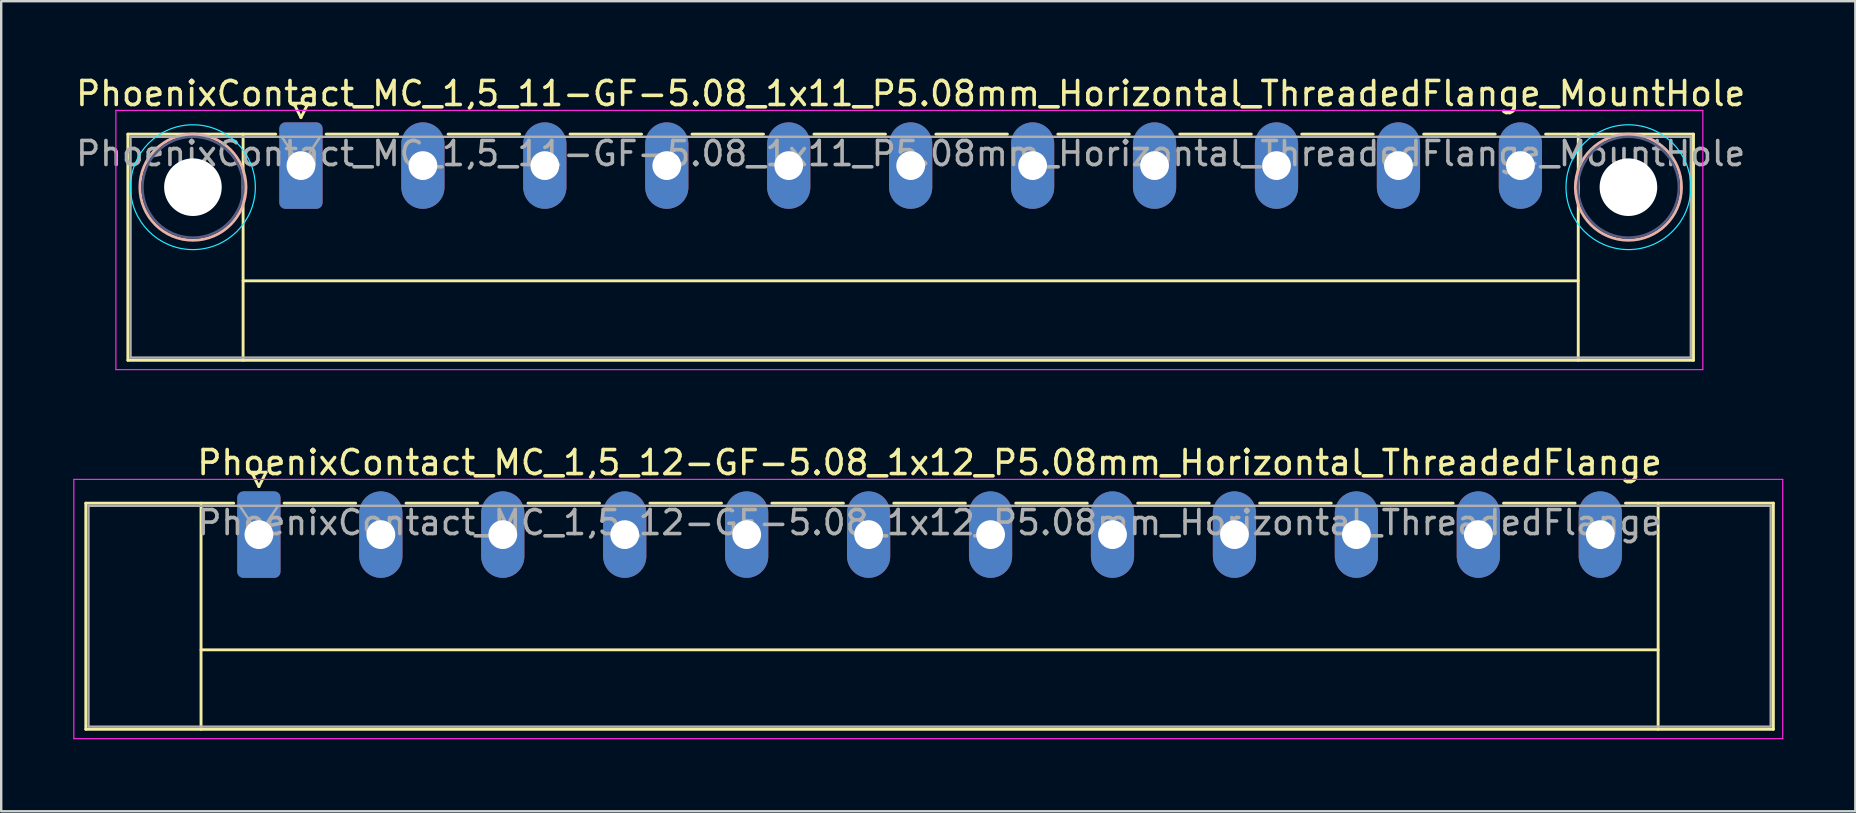
<source format=kicad_pcb>
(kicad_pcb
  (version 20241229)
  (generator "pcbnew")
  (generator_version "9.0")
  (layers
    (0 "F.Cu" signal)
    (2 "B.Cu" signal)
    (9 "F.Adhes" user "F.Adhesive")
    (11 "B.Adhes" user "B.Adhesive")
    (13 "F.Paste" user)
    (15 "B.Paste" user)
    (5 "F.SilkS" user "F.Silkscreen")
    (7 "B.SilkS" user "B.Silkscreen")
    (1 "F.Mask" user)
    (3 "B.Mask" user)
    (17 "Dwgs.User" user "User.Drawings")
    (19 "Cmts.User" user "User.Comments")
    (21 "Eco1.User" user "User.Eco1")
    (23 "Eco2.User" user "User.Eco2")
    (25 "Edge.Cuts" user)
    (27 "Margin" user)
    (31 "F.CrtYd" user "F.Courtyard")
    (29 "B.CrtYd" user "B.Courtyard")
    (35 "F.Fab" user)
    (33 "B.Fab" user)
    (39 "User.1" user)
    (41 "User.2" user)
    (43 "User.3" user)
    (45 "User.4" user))
  (footprint "PhoenixContact_MC_1,5_12-GF-5.08_1x12_P5.08mm_Horizontal_ThreadedFlange"
    (layer "F.Cu")
    (at 7.735 19.221)
    (property "Reference" "PhoenixContact_MC_1,5_12-GF-5.08_1x12_P5.08mm_Horizontal_ThreadedFlange" (at 27.94 -3 0) (layer "F.SilkS") (effects (font (size 1 1) (thickness 0.15))))
    (attr through_hole)
    (fp_line (start -7.21 -1.31) (end -7.21 8.11) (stroke (width 0.12) (type solid)) (layer "F.SilkS"))
    (fp_line (start -7.21 -1.31) (end -1.05 -1.31) (stroke (width 0.12) (type solid)) (layer "F.SilkS"))
    (fp_line (start -7.21 8.11) (end 63.09 8.11) (stroke (width 0.12) (type solid)) (layer "F.SilkS"))
    (fp_line (start -2.41 -1.31) (end -2.41 8.11) (stroke (width 0.12) (type solid)) (layer "F.SilkS"))
    (fp_line (start -2.41 4.8) (end 58.29 4.8) (stroke (width 0.12) (type solid)) (layer "F.SilkS"))
    (fp_line (start -0.3 -2.6) (end 0.3 -2.6) (stroke (width 0.12) (type solid)) (layer "F.SilkS"))
    (fp_line (start 0 -2) (end -0.3 -2.6) (stroke (width 0.12) (type solid)) (layer "F.SilkS"))
    (fp_line (start 0.3 -2.6) (end 0 -2) (stroke (width 0.12) (type solid)) (layer "F.SilkS"))
    (fp_line (start 1.05 -1.31) (end 4.03 -1.31) (stroke (width 0.12) (type solid)) (layer "F.SilkS"))
    (fp_line (start 6.13 -1.31) (end 9.11 -1.31) (stroke (width 0.12) (type solid)) (layer "F.SilkS"))
    (fp_line (start 11.21 -1.31) (end 14.19 -1.31) (stroke (width 0.12) (type solid)) (layer "F.SilkS"))
    (fp_line (start 16.29 -1.31) (end 19.27 -1.31) (stroke (width 0.12) (type solid)) (layer "F.SilkS"))
    (fp_line (start 21.37 -1.31) (end 24.35 -1.31) (stroke (width 0.12) (type solid)) (layer "F.SilkS"))
    (fp_line (start 26.45 -1.31) (end 29.43 -1.31) (stroke (width 0.12) (type solid)) (layer "F.SilkS"))
    (fp_line (start 31.53 -1.31) (end 34.51 -1.31) (stroke (width 0.12) (type solid)) (layer "F.SilkS"))
    (fp_line (start 36.61 -1.31) (end 39.59 -1.31) (stroke (width 0.12) (type solid)) (layer "F.SilkS"))
    (fp_line (start 41.69 -1.31) (end 44.67 -1.31) (stroke (width 0.12) (type solid)) (layer "F.SilkS"))
    (fp_line (start 46.77 -1.31) (end 49.75 -1.31) (stroke (width 0.12) (type solid)) (layer "F.SilkS"))
    (fp_line (start 51.85 -1.31) (end 54.83 -1.31) (stroke (width 0.12) (type solid)) (layer "F.SilkS"))
    (fp_line (start 58.29 -1.31) (end 58.29 8.11) (stroke (width 0.12) (type solid)) (layer "F.SilkS"))
    (fp_line (start 63.09 -1.31) (end 56.93 -1.31) (stroke (width 0.12) (type solid)) (layer "F.SilkS"))
    (fp_line (start 63.09 8.11) (end 63.09 -1.31) (stroke (width 0.12) (type solid)) (layer "F.SilkS"))
    (fp_line (start -7.71 -2.3) (end -7.71 8.5) (stroke (width 0.05) (type solid)) (layer "F.CrtYd"))
    (fp_line (start -7.71 8.5) (end 63.48 8.5) (stroke (width 0.05) (type solid)) (layer "F.CrtYd"))
    (fp_line (start 63.48 -2.3) (end -7.71 -2.3) (stroke (width 0.05) (type solid)) (layer "F.CrtYd"))
    (fp_line (start 63.48 8.5) (end 63.48 -2.3) (stroke (width 0.05) (type solid)) (layer "F.CrtYd"))
    (fp_line (start -7.1 -1.2) (end -7.1 8) (stroke (width 0.1) (type solid)) (layer "F.Fab"))
    (fp_line (start -7.1 8) (end 62.98 8) (stroke (width 0.1) (type solid)) (layer "F.Fab"))
    (fp_line (start 0 0) (end -0.8 -1.2) (stroke (width 0.1) (type solid)) (layer "F.Fab"))
    (fp_line (start 0.8 -1.2) (end 0 0) (stroke (width 0.1) (type solid)) (layer "F.Fab"))
    (fp_line (start 62.98 -1.2) (end -7.1 -1.2) (stroke (width 0.1) (type solid)) (layer "F.Fab"))
    (fp_line (start 62.98 8) (end 62.98 -1.2) (stroke (width 0.1) (type solid)) (layer "F.Fab"))
    (fp_text user "${REFERENCE}" (at 27.94 -0.5 0) (layer "F.Fab") (effects (font (size 1 1) (thickness 0.15))))
    (pad "1" thru_hole roundrect (at 0 0) (size 1.8 3.6) (drill 1.2) (layers "*.Cu" "*.Mask") (roundrect_rratio 0.139))
    (pad "2" thru_hole oval (at 5.08 0) (size 1.8 3.6) (drill 1.2) (layers "*.Cu" "*.Mask"))
    (pad "3" thru_hole oval (at 10.16 0) (size 1.8 3.6) (drill 1.2) (layers "*.Cu" "*.Mask"))
    (pad "4" thru_hole oval (at 15.24 0) (size 1.8 3.6) (drill 1.2) (layers "*.Cu" "*.Mask"))
    (pad "5" thru_hole oval (at 20.32 0) (size 1.8 3.6) (drill 1.2) (layers "*.Cu" "*.Mask"))
    (pad "6" thru_hole oval (at 25.4 0) (size 1.8 3.6) (drill 1.2) (layers "*.Cu" "*.Mask"))
    (pad "7" thru_hole oval (at 30.48 0) (size 1.8 3.6) (drill 1.2) (layers "*.Cu" "*.Mask"))
    (pad "8" thru_hole oval (at 35.56 0) (size 1.8 3.6) (drill 1.2) (layers "*.Cu" "*.Mask"))
    (pad "9" thru_hole oval (at 40.64 0) (size 1.8 3.6) (drill 1.2) (layers "*.Cu" "*.Mask"))
    (pad "10" thru_hole oval (at 45.72 0) (size 1.8 3.6) (drill 1.2) (layers "*.Cu" "*.Mask"))
    (pad "11" thru_hole oval (at 50.8 0) (size 1.8 3.6) (drill 1.2) (layers "*.Cu" "*.Mask"))
    (pad "12" thru_hole oval (at 55.88 0) (size 1.8 3.6) (drill 1.2) (layers "*.Cu" "*.Mask")))
  (footprint "PhoenixContact_MC_1,5_11-GF-5.08_1x11_P5.08mm_Horizontal_ThreadedFlange_MountHole"
    (layer "F.Cu")
    (at 9.487 3.848)
    (property "Reference" "PhoenixContact_MC_1,5_11-GF-5.08_1x11_P5.08mm_Horizontal_ThreadedFlange_MountHole" (at 25.4 -3 0) (layer "F.SilkS") (effects (font (size 1 1) (thickness 0.15))))
    (attr through_hole)
    (fp_line (start -7.21 -1.31) (end -7.21 8.11) (stroke (width 0.12) (type solid)) (layer "F.SilkS"))
    (fp_line (start -7.21 -1.31) (end -1.05 -1.31) (stroke (width 0.12) (type solid)) (layer "F.SilkS"))
    (fp_line (start -7.21 8.11) (end 58.01 8.11) (stroke (width 0.12) (type solid)) (layer "F.SilkS"))
    (fp_line (start -2.41 -1.31) (end -2.41 8.11) (stroke (width 0.12) (type solid)) (layer "F.SilkS"))
    (fp_line (start -2.41 4.8) (end 53.21 4.8) (stroke (width 0.12) (type solid)) (layer "F.SilkS"))
    (fp_line (start -0.3 -2.6) (end 0.3 -2.6) (stroke (width 0.12) (type solid)) (layer "F.SilkS"))
    (fp_line (start 0 -2) (end -0.3 -2.6) (stroke (width 0.12) (type solid)) (layer "F.SilkS"))
    (fp_line (start 0.3 -2.6) (end 0 -2) (stroke (width 0.12) (type solid)) (layer "F.SilkS"))
    (fp_line (start 1.05 -1.31) (end 4.03 -1.31) (stroke (width 0.12) (type solid)) (layer "F.SilkS"))
    (fp_line (start 6.13 -1.31) (end 9.11 -1.31) (stroke (width 0.12) (type solid)) (layer "F.SilkS"))
    (fp_line (start 11.21 -1.31) (end 14.19 -1.31) (stroke (width 0.12) (type solid)) (layer "F.SilkS"))
    (fp_line (start 16.29 -1.31) (end 19.27 -1.31) (stroke (width 0.12) (type solid)) (layer "F.SilkS"))
    (fp_line (start 21.37 -1.31) (end 24.35 -1.31) (stroke (width 0.12) (type solid)) (layer "F.SilkS"))
    (fp_line (start 26.45 -1.31) (end 29.43 -1.31) (stroke (width 0.12) (type solid)) (layer "F.SilkS"))
    (fp_line (start 31.53 -1.31) (end 34.51 -1.31) (stroke (width 0.12) (type solid)) (layer "F.SilkS"))
    (fp_line (start 36.61 -1.31) (end 39.59 -1.31) (stroke (width 0.12) (type solid)) (layer "F.SilkS"))
    (fp_line (start 41.69 -1.31) (end 44.67 -1.31) (stroke (width 0.12) (type solid)) (layer "F.SilkS"))
    (fp_line (start 46.77 -1.31) (end 49.75 -1.31) (stroke (width 0.12) (type solid)) (layer "F.SilkS"))
    (fp_line (start 53.21 -1.31) (end 53.21 8.11) (stroke (width 0.12) (type solid)) (layer "F.SilkS"))
    (fp_line (start 58.01 -1.31) (end 51.85 -1.31) (stroke (width 0.12) (type solid)) (layer "F.SilkS"))
    (fp_line (start 58.01 8.11) (end 58.01 -1.31) (stroke (width 0.12) (type solid)) (layer "F.SilkS"))
    (fp_circle (center -4.5 0.9) (end -2.29 0.9) (stroke (width 0.12) (type solid)) (fill no) (layer "B.SilkS"))
    (fp_circle (center 55.3 0.9) (end 57.51 0.9) (stroke (width 0.12) (type solid)) (fill no) (layer "B.SilkS"))
    (fp_circle (center -4.5 0.9) (end -1.9 0.9) (stroke (width 0.05) (type solid)) (fill no) (layer "B.CrtYd"))
    (fp_circle (center 55.3 0.9) (end 57.9 0.9) (stroke (width 0.05) (type solid)) (fill no) (layer "B.CrtYd"))
    (fp_line (start -7.71 -2.3) (end -7.71 8.5) (stroke (width 0.05) (type solid)) (layer "F.CrtYd"))
    (fp_line (start -7.71 8.5) (end 58.4 8.5) (stroke (width 0.05) (type solid)) (layer "F.CrtYd"))
    (fp_line (start 58.4 -2.3) (end -7.71 -2.3) (stroke (width 0.05) (type solid)) (layer "F.CrtYd"))
    (fp_line (start 58.4 8.5) (end 58.4 -2.3) (stroke (width 0.05) (type solid)) (layer "F.CrtYd"))
    (fp_circle (center -4.5 0.9) (end -2.4 0.9) (stroke (width 0.1) (type solid)) (fill no) (layer "B.Fab"))
    (fp_circle (center 55.3 0.9) (end 57.4 0.9) (stroke (width 0.1) (type solid)) (fill no) (layer "B.Fab"))
    (fp_line (start -7.1 -1.2) (end -7.1 8) (stroke (width 0.1) (type solid)) (layer "F.Fab"))
    (fp_line (start -7.1 8) (end 57.9 8) (stroke (width 0.1) (type solid)) (layer "F.Fab"))
    (fp_line (start 0 0) (end -0.8 -1.2) (stroke (width 0.1) (type solid)) (layer "F.Fab"))
    (fp_line (start 0.8 -1.2) (end 0 0) (stroke (width 0.1) (type solid)) (layer "F.Fab"))
    (fp_line (start 57.9 -1.2) (end -7.1 -1.2) (stroke (width 0.1) (type solid)) (layer "F.Fab"))
    (fp_line (start 57.9 8) (end 57.9 -1.2) (stroke (width 0.1) (type solid)) (layer "F.Fab"))
    (fp_text user "${REFERENCE}" (at 25.4 -0.5 0) (layer "F.Fab") (effects (font (size 1 1) (thickness 0.15))))
    (pad "" np_thru_hole circle (at -4.5 0.9) (size 2.4 2.4) (drill 2.4) (layers "*.Cu" "*.Mask"))
    (pad "" np_thru_hole circle (at 55.3 0.9) (size 2.4 2.4) (drill 2.4) (layers "*.Cu" "*.Mask"))
    (pad "1" thru_hole roundrect (at 0 0) (size 1.8 3.6) (drill 1.2) (layers "*.Cu" "*.Mask") (roundrect_rratio 0.139))
    (pad "2" thru_hole oval (at 5.08 0) (size 1.8 3.6) (drill 1.2) (layers "*.Cu" "*.Mask"))
    (pad "3" thru_hole oval (at 10.16 0) (size 1.8 3.6) (drill 1.2) (layers "*.Cu" "*.Mask"))
    (pad "4" thru_hole oval (at 15.24 0) (size 1.8 3.6) (drill 1.2) (layers "*.Cu" "*.Mask"))
    (pad "5" thru_hole oval (at 20.32 0) (size 1.8 3.6) (drill 1.2) (layers "*.Cu" "*.Mask"))
    (pad "6" thru_hole oval (at 25.4 0) (size 1.8 3.6) (drill 1.2) (layers "*.Cu" "*.Mask"))
    (pad "7" thru_hole oval (at 30.48 0) (size 1.8 3.6) (drill 1.2) (layers "*.Cu" "*.Mask"))
    (pad "8" thru_hole oval (at 35.56 0) (size 1.8 3.6) (drill 1.2) (layers "*.Cu" "*.Mask"))
    (pad "9" thru_hole oval (at 40.64 0) (size 1.8 3.6) (drill 1.2) (layers "*.Cu" "*.Mask"))
    (pad "10" thru_hole oval (at 45.72 0) (size 1.8 3.6) (drill 1.2) (layers "*.Cu" "*.Mask"))
    (pad "11" thru_hole oval (at 50.8 0) (size 1.8 3.6) (drill 1.2) (layers "*.Cu" "*.Mask")))
  (gr_rect
    (start -3 -3)
    (end 74.24 30.747)
    (stroke (width 0.1) (type default))
    (fill no)
    (layer "Edge.Cuts")))
</source>
